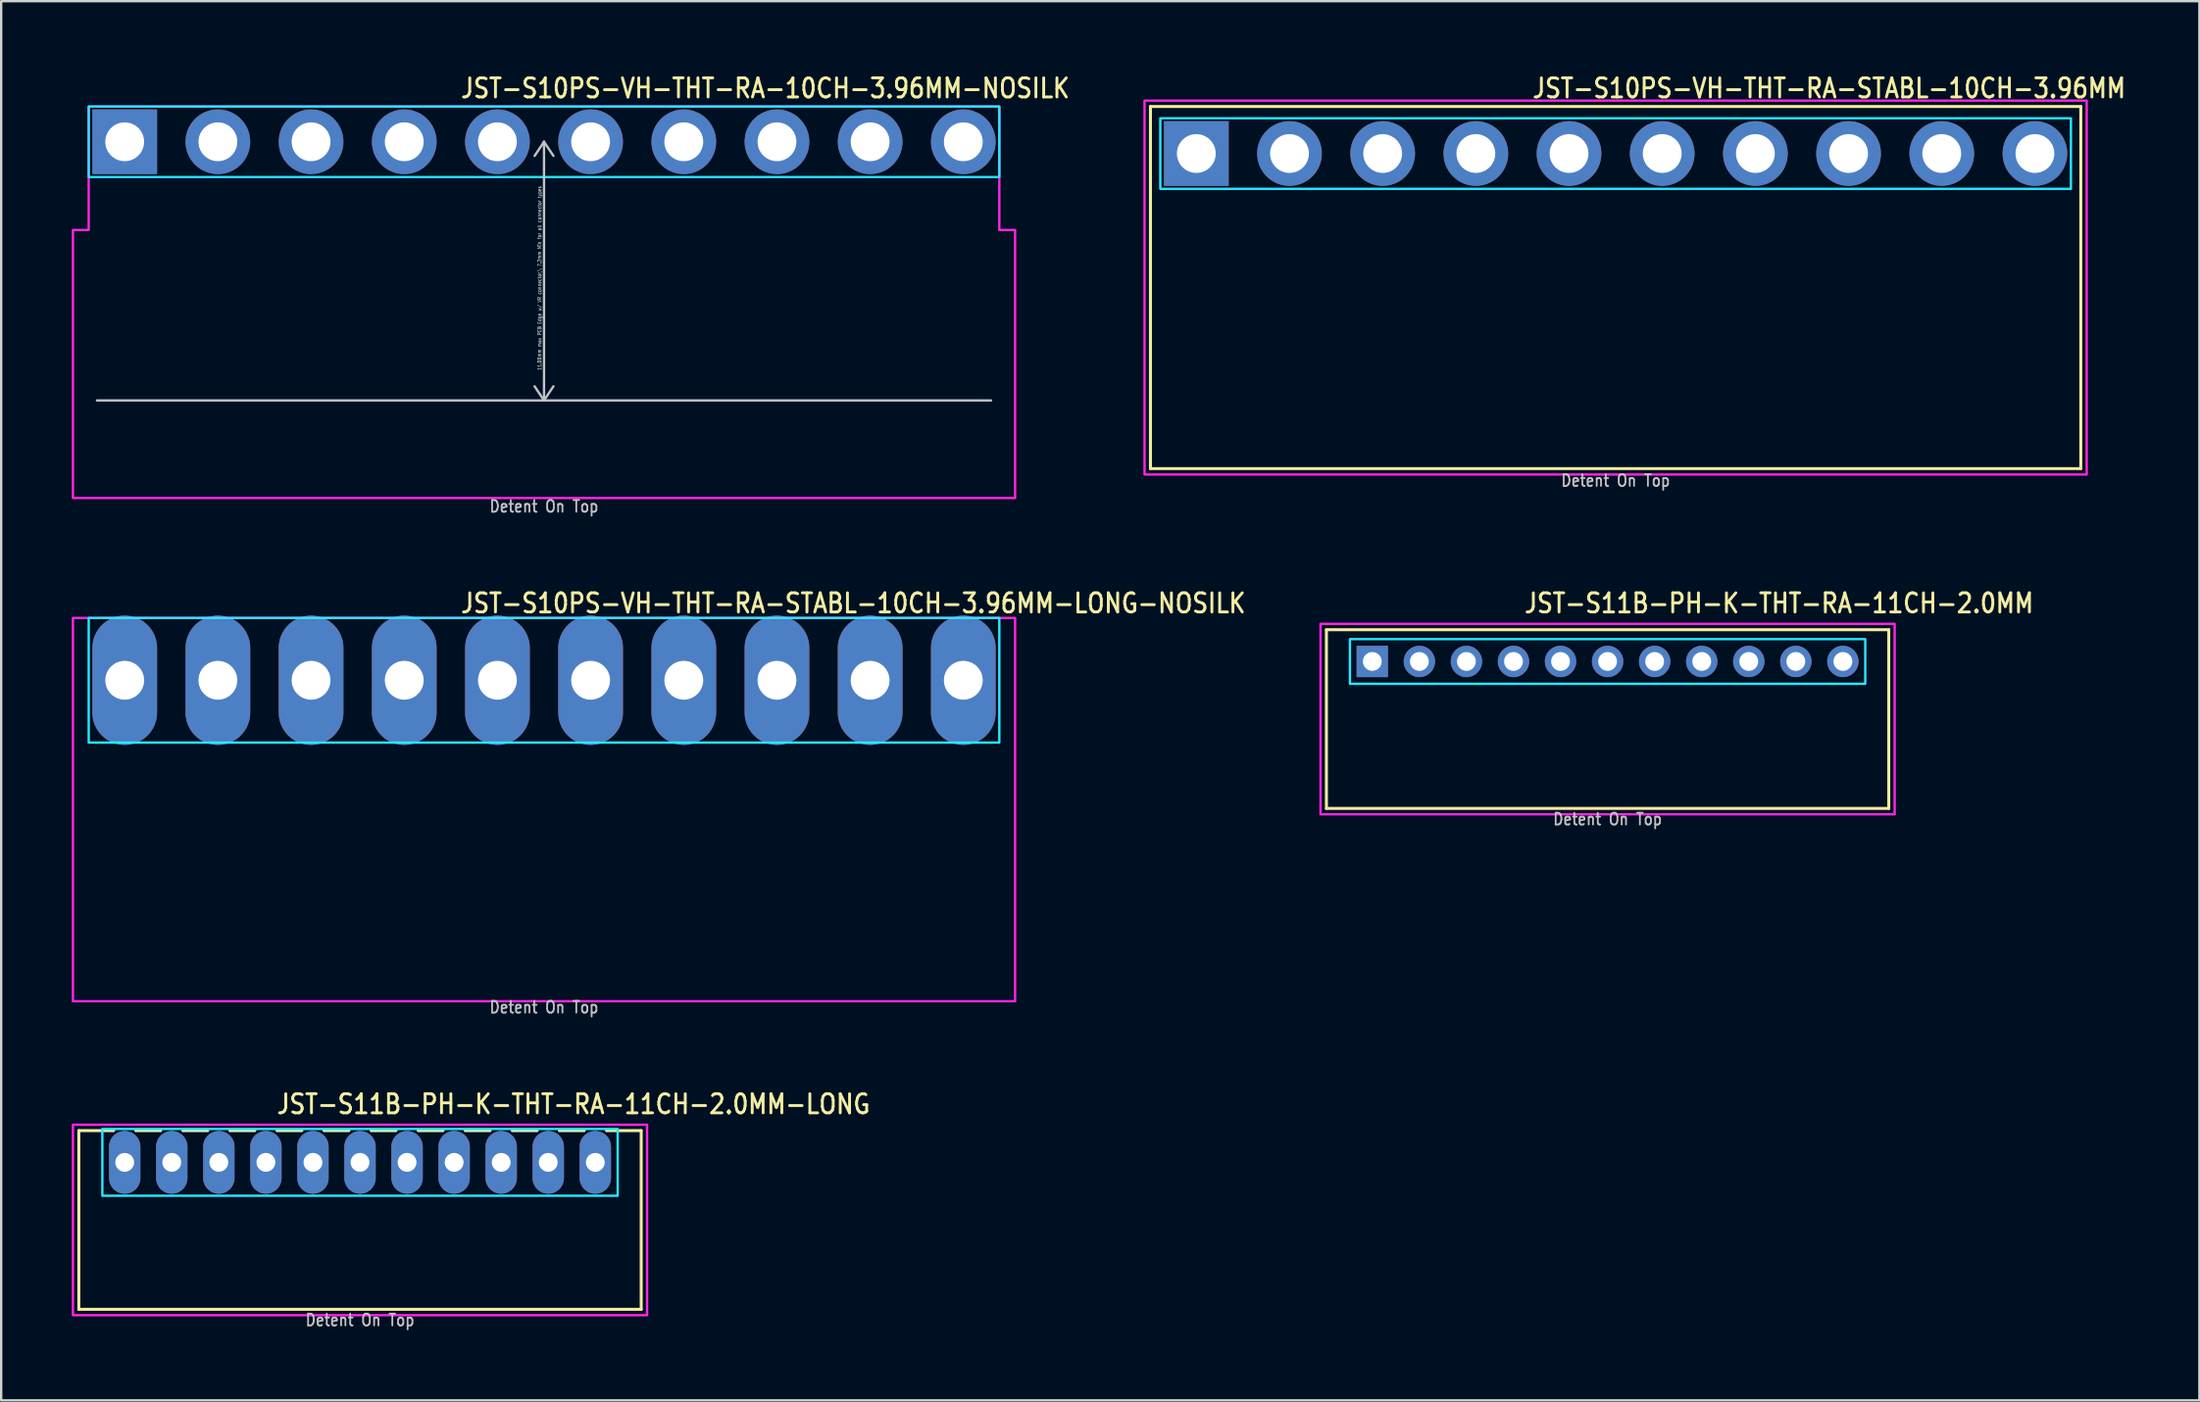
<source format=kicad_pcb>
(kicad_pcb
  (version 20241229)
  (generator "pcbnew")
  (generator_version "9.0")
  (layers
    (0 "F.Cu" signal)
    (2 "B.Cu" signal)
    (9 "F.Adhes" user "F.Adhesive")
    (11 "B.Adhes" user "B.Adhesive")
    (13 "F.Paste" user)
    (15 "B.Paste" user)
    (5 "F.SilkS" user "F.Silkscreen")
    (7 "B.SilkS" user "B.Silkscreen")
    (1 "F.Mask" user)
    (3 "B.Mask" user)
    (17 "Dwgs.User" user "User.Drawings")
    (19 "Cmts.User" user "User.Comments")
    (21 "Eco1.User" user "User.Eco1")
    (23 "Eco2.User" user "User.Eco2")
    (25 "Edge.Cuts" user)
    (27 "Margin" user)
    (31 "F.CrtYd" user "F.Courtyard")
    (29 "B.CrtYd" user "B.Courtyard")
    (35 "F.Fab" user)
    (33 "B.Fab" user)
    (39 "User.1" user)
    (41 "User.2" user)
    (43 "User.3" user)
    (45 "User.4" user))
  (footprint "JST-S10PS-VH-THT-RA-10CH-3.96MM-NOSILK"
    (layer "F.Cu")
    (at 20.07 2.979)
    (property "Reference" "JST-S10PS-VH-THT-RA-10CH-3.96MM-NOSILK" (at -3.6 -1.8 0) (unlocked yes) (layer "F.SilkS") (effects (font (size 0.813 0.695) (thickness 0.122)) (justify left bottom)))
    (fp_line (start -19 11) (end 19 11) (stroke (width 0.1) (type solid)) (layer "Dwgs.User"))
    (fp_line (start 0 0) (end -0.4 0.6) (stroke (width 0.1) (type solid)) (layer "Dwgs.User"))
    (fp_line (start 0 0) (end 0 11) (stroke (width 0.1) (type solid)) (layer "Dwgs.User"))
    (fp_line (start 0 0) (end 0.4 0.6) (stroke (width 0.1) (type solid)) (layer "Dwgs.User"))
    (fp_line (start 0 11) (end -0.4 10.4) (stroke (width 0.1) (type solid)) (layer "Dwgs.User"))
    (fp_line (start 0 11) (end 0.4 10.4) (stroke (width 0.1) (type solid)) (layer "Dwgs.User"))
    (fp_poly (pts (xy -19.35 -1.5) (xy -19.35 1.5) (xy 19.35 1.5) (xy 19.35 -1.5)) (stroke (width 0.1) (type solid)) (fill no) (layer "B.CrtYd"))
    (fp_poly (pts (xy -20.02 3.75) (xy -20.02 15.15) (xy 20.02 15.15) (xy 20.02 3.75) (xy 19.35 3.75) (xy 19.35 -1.5) (xy -19.35 -1.5) (xy -19.35 3.75)) (stroke (width 0.1) (type solid)) (fill no) (layer "F.CrtYd"))
    (fp_text user "11.00mm max PCB Edge w/ VR connector,\\ 7.2mm Min for all connector types" (at -0.1 5.8 90) (unlocked yes) (layer "Dwgs.User") (effects (font (size 0.15 0.128) (thickness 0.022)) (justify bottom)))
    (fp_text user "Detent On Top" (at 0 15.8 0) (unlocked yes) (layer "Dwgs.User") (effects (font (size 0.5 0.427) (thickness 0.075)) (justify bottom)))
    (pad "P$1" thru_hole rect (at -17.82 0) (size 2.75 2.75) (drill 1.65) (layers "*.Cu" "*.Mask"))
    (pad "P$2" thru_hole oval (at -13.86 0) (size 2.75 2.75) (drill 1.65) (layers "*.Cu" "*.Mask"))
    (pad "P$3" thru_hole oval (at -9.9 0) (size 2.75 2.75) (drill 1.65) (layers "*.Cu" "*.Mask"))
    (pad "P$4" thru_hole oval (at -5.94 0) (size 2.75 2.75) (drill 1.65) (layers "*.Cu" "*.Mask"))
    (pad "P$5" thru_hole oval (at -1.98 0) (size 2.75 2.75) (drill 1.65) (layers "*.Cu" "*.Mask"))
    (pad "P$6" thru_hole oval (at 1.98 0) (size 2.75 2.75) (drill 1.65) (layers "*.Cu" "*.Mask"))
    (pad "P$7" thru_hole oval (at 5.94 0) (size 2.75 2.75) (drill 1.65) (layers "*.Cu" "*.Mask"))
    (pad "P$8" thru_hole oval (at 9.9 0) (size 2.75 2.75) (drill 1.65) (layers "*.Cu" "*.Mask"))
    (pad "P$9" thru_hole oval (at 13.86 0) (size 2.75 2.75) (drill 1.65) (layers "*.Cu" "*.Mask"))
    (pad "P$10" thru_hole oval (at 17.82 0) (size 2.75 2.75) (drill 1.65) (layers "*.Cu" "*.Mask")))
  (footprint "JST-S11B-PH-K-THT-RA-11CH-2.0MM-LONG"
    (layer "F.Cu")
    (at 12.25 46.382)
    (property "Reference" "JST-S11B-PH-K-THT-RA-11CH-2.0MM-LONG" (at -3.6 -2 0) (unlocked yes) (layer "F.SilkS") (effects (font (size 0.813 0.695) (thickness 0.122)) (justify left bottom)))
    (fp_line (start -11.95 -1.35) (end -10.471 -1.35) (stroke (width 0.127) (type solid)) (layer "F.SilkS"))
    (fp_line (start -11.95 6.25) (end -11.95 -1.35) (stroke (width 0.127) (type solid)) (layer "F.SilkS"))
    (fp_line (start -11.95 6.25) (end 11.95 6.25) (stroke (width 0.127) (type solid)) (layer "F.SilkS"))
    (fp_line (start -9.529 -1.35) (end -8.471 -1.35) (stroke (width 0.127) (type solid)) (layer "F.SilkS"))
    (fp_line (start -7.529 -1.35) (end -6.471 -1.35) (stroke (width 0.127) (type solid)) (layer "F.SilkS"))
    (fp_line (start -5.529 -1.35) (end -4.471 -1.35) (stroke (width 0.127) (type solid)) (layer "F.SilkS"))
    (fp_line (start -3.529 -1.35) (end -2.471 -1.35) (stroke (width 0.127) (type solid)) (layer "F.SilkS"))
    (fp_line (start -1.529 -1.35) (end -0.471 -1.35) (stroke (width 0.127) (type solid)) (layer "F.SilkS"))
    (fp_line (start 0.471 -1.35) (end 1.529 -1.35) (stroke (width 0.127) (type solid)) (layer "F.SilkS"))
    (fp_line (start 2.471 -1.35) (end 3.529 -1.35) (stroke (width 0.127) (type solid)) (layer "F.SilkS"))
    (fp_line (start 4.471 -1.35) (end 5.529 -1.35) (stroke (width 0.127) (type solid)) (layer "F.SilkS"))
    (fp_line (start 6.471 -1.35) (end 7.529 -1.35) (stroke (width 0.127) (type solid)) (layer "F.SilkS"))
    (fp_line (start 8.471 -1.35) (end 9.529 -1.35) (stroke (width 0.127) (type solid)) (layer "F.SilkS"))
    (fp_line (start 10.471 -1.35) (end 11.95 -1.35) (stroke (width 0.127) (type solid)) (layer "F.SilkS"))
    (fp_line (start 11.95 -1.35) (end 11.95 6.25) (stroke (width 0.127) (type solid)) (layer "F.SilkS"))
    (fp_poly (pts (xy -10.95 -1.42) (xy -10.95 1.42) (xy 10.95 1.42) (xy 10.95 -1.42)) (stroke (width 0.1) (type solid)) (fill no) (layer "B.CrtYd"))
    (fp_poly (pts (xy -12.2 -1.6) (xy -12.2 6.5) (xy 12.2 6.5) (xy 12.2 -1.6)) (stroke (width 0.1) (type solid)) (fill no) (layer "F.CrtYd"))
    (fp_text user "Detent On Top" (at 0 7 0) (unlocked yes) (layer "Dwgs.User") (effects (font (size 0.5 0.427) (thickness 0.075)) (justify bottom)))
    (pad "P$1" thru_hole oval (at -10 0 90) (size 2.667 1.333) (drill 0.8) (layers "*.Cu" "*.Mask"))
    (pad "P$2" thru_hole oval (at -8 0 90) (size 2.667 1.333) (drill 0.8) (layers "*.Cu" "*.Mask"))
    (pad "P$3" thru_hole oval (at -6 0 90) (size 2.667 1.333) (drill 0.8) (layers "*.Cu" "*.Mask"))
    (pad "P$4" thru_hole oval (at -4 0 90) (size 2.667 1.333) (drill 0.8) (layers "*.Cu" "*.Mask"))
    (pad "P$5" thru_hole oval (at -2 0 90) (size 2.667 1.333) (drill 0.8) (layers "*.Cu" "*.Mask"))
    (pad "P$6" thru_hole oval (at 0 0 90) (size 2.667 1.333) (drill 0.8) (layers "*.Cu" "*.Mask"))
    (pad "P$7" thru_hole oval (at 2 0 90) (size 2.667 1.333) (drill 0.8) (layers "*.Cu" "*.Mask"))
    (pad "P$8" thru_hole oval (at 4 0 90) (size 2.667 1.333) (drill 0.8) (layers "*.Cu" "*.Mask"))
    (pad "P$9" thru_hole oval (at 6 0 90) (size 2.667 1.333) (drill 0.8) (layers "*.Cu" "*.Mask"))
    (pad "P$10" thru_hole oval (at 8 0 90) (size 2.667 1.333) (drill 0.8) (layers "*.Cu" "*.Mask"))
    (pad "P$11" thru_hole oval (at 10 0 90) (size 2.667 1.333) (drill 0.8) (layers "*.Cu" "*.Mask")))
  (footprint "JST-S10PS-VH-THT-RA-STABL-10CH-3.96MM-LONG-NOSILK"
    (layer "F.Cu")
    (at 20.07 25.88)
    (property "Reference" "JST-S10PS-VH-THT-RA-STABL-10CH-3.96MM-LONG-NOSILK" (at -3.6 -2.8 0) (unlocked yes) (layer "F.SilkS") (effects (font (size 0.813 0.695) (thickness 0.122)) (justify left bottom)))
    (fp_poly (pts (xy -19.35 -2.65) (xy -19.35 2.65) (xy 19.35 2.65) (xy 19.35 -2.65)) (stroke (width 0.1) (type solid)) (fill no) (layer "B.CrtYd"))
    (fp_poly (pts (xy -20.02 -2.65) (xy -20.02 13.65) (xy 20.02 13.65) (xy 20.02 -2.65)) (stroke (width 0.1) (type solid)) (fill no) (layer "F.CrtYd"))
    (fp_text user "Detent On Top" (at 0 14.2 0) (unlocked yes) (layer "Dwgs.User") (effects (font (size 0.5 0.427) (thickness 0.075)) (justify bottom)))
    (pad "P$1" thru_hole oval (at -17.82 0 90) (size 5.5 2.75) (drill 1.65) (layers "*.Cu" "*.Mask"))
    (pad "P$2" thru_hole oval (at -13.86 0 90) (size 5.5 2.75) (drill 1.65) (layers "*.Cu" "*.Mask"))
    (pad "P$3" thru_hole oval (at -9.9 0 90) (size 5.5 2.75) (drill 1.65) (layers "*.Cu" "*.Mask"))
    (pad "P$4" thru_hole oval (at -5.94 0 90) (size 5.5 2.75) (drill 1.65) (layers "*.Cu" "*.Mask"))
    (pad "P$5" thru_hole oval (at -1.98 0 90) (size 5.5 2.75) (drill 1.65) (layers "*.Cu" "*.Mask"))
    (pad "P$6" thru_hole oval (at 1.98 0 90) (size 5.5 2.75) (drill 1.65) (layers "*.Cu" "*.Mask"))
    (pad "P$7" thru_hole oval (at 5.94 0 90) (size 5.5 2.75) (drill 1.65) (layers "*.Cu" "*.Mask"))
    (pad "P$8" thru_hole oval (at 9.9 0 90) (size 5.5 2.75) (drill 1.65) (layers "*.Cu" "*.Mask"))
    (pad "P$9" thru_hole oval (at 13.86 0 90) (size 5.5 2.75) (drill 1.65) (layers "*.Cu" "*.Mask"))
    (pad "P$10" thru_hole oval (at 17.82 0 90) (size 5.5 2.75) (drill 1.65) (layers "*.Cu" "*.Mask")))
  (footprint "JST-S10PS-VH-THT-RA-STABL-10CH-3.96MM"
    (layer "F.Cu")
    (at 65.612 3.479)
    (property "Reference" "JST-S10PS-VH-THT-RA-STABL-10CH-3.96MM" (at -3.6 -2.3 0) (unlocked yes) (layer "F.SilkS") (effects (font (size 0.813 0.695) (thickness 0.122)) (justify left bottom)))
    (fp_line (start -19.77 -2) (end 19.77 -2) (stroke (width 0.127) (type solid)) (layer "F.SilkS"))
    (fp_line (start -19.77 13.4) (end -19.77 -2) (stroke (width 0.127) (type solid)) (layer "F.SilkS"))
    (fp_line (start -19.77 13.4) (end 19.77 13.4) (stroke (width 0.127) (type solid)) (layer "F.SilkS"))
    (fp_line (start 19.77 -2) (end 19.77 13.4) (stroke (width 0.127) (type solid)) (layer "F.SilkS"))
    (fp_poly (pts (xy -19.35 -1.5) (xy -19.35 1.5) (xy 19.35 1.5) (xy 19.35 -1.5)) (stroke (width 0.1) (type solid)) (fill no) (layer "B.CrtYd"))
    (fp_poly (pts (xy -20.02 13.65) (xy 20.02 13.65) (xy 20.02 -2.25) (xy -20.02 -2.25)) (stroke (width 0.1) (type solid)) (fill no) (layer "F.CrtYd"))
    (fp_text user "Detent On Top" (at 0 14.2 0) (unlocked yes) (layer "Dwgs.User") (effects (font (size 0.5 0.427) (thickness 0.075)) (justify bottom)))
    (pad "P$1" thru_hole rect (at -17.82 0) (size 2.75 2.75) (drill 1.65) (layers "*.Cu" "*.Mask"))
    (pad "P$2" thru_hole oval (at -13.86 0) (size 2.75 2.75) (drill 1.65) (layers "*.Cu" "*.Mask"))
    (pad "P$3" thru_hole oval (at -9.9 0) (size 2.75 2.75) (drill 1.65) (layers "*.Cu" "*.Mask"))
    (pad "P$4" thru_hole oval (at -5.94 0) (size 2.75 2.75) (drill 1.65) (layers "*.Cu" "*.Mask"))
    (pad "P$5" thru_hole oval (at -1.98 0) (size 2.75 2.75) (drill 1.65) (layers "*.Cu" "*.Mask"))
    (pad "P$6" thru_hole oval (at 1.98 0) (size 2.75 2.75) (drill 1.65) (layers "*.Cu" "*.Mask"))
    (pad "P$7" thru_hole oval (at 5.94 0) (size 2.75 2.75) (drill 1.65) (layers "*.Cu" "*.Mask"))
    (pad "P$8" thru_hole oval (at 9.9 0) (size 2.75 2.75) (drill 1.65) (layers "*.Cu" "*.Mask"))
    (pad "P$9" thru_hole oval (at 13.86 0) (size 2.75 2.75) (drill 1.65) (layers "*.Cu" "*.Mask"))
    (pad "P$10" thru_hole oval (at 17.82 0) (size 2.75 2.75) (drill 1.65) (layers "*.Cu" "*.Mask")))
  (footprint "JST-S11B-PH-K-THT-RA-11CH-2.0MM"
    (layer "F.Cu")
    (at 65.271 25.08)
    (property "Reference" "JST-S11B-PH-K-THT-RA-11CH-2.0MM" (at -3.6 -2 0) (unlocked yes) (layer "F.SilkS") (effects (font (size 0.813 0.695) (thickness 0.122)) (justify left bottom)))
    (fp_line (start -11.95 -1.35) (end 11.95 -1.35) (stroke (width 0.127) (type solid)) (layer "F.SilkS"))
    (fp_line (start -11.95 6.25) (end -11.95 -1.35) (stroke (width 0.127) (type solid)) (layer "F.SilkS"))
    (fp_line (start -11.95 6.25) (end 11.95 6.25) (stroke (width 0.127) (type solid)) (layer "F.SilkS"))
    (fp_line (start 11.95 -1.35) (end 11.95 6.25) (stroke (width 0.127) (type solid)) (layer "F.SilkS"))
    (fp_poly (pts (xy -10.95 -0.95) (xy -10.95 0.95) (xy 10.95 0.95) (xy 10.95 -0.95)) (stroke (width 0.1) (type solid)) (fill no) (layer "B.CrtYd"))
    (fp_poly (pts (xy -12.2 -1.6) (xy -12.2 6.5) (xy 12.2 6.5) (xy 12.2 -1.6)) (stroke (width 0.1) (type solid)) (fill no) (layer "F.CrtYd"))
    (fp_text user "Detent On Top" (at 0 7 0) (unlocked yes) (layer "Dwgs.User") (effects (font (size 0.5 0.427) (thickness 0.075)) (justify bottom)))
    (pad "P$1" thru_hole rect (at -10 0) (size 1.333 1.333) (drill 0.8) (layers "*.Cu" "*.Mask"))
    (pad "P$2" thru_hole oval (at -8 0) (size 1.333 1.333) (drill 0.8) (layers "*.Cu" "*.Mask"))
    (pad "P$3" thru_hole oval (at -6 0) (size 1.333 1.333) (drill 0.8) (layers "*.Cu" "*.Mask"))
    (pad "P$4" thru_hole oval (at -4 0) (size 1.333 1.333) (drill 0.8) (layers "*.Cu" "*.Mask"))
    (pad "P$5" thru_hole oval (at -2 0) (size 1.333 1.333) (drill 0.8) (layers "*.Cu" "*.Mask"))
    (pad "P$6" thru_hole oval (at 0 0) (size 1.333 1.333) (drill 0.8) (layers "*.Cu" "*.Mask"))
    (pad "P$7" thru_hole oval (at 2 0) (size 1.333 1.333) (drill 0.8) (layers "*.Cu" "*.Mask"))
    (pad "P$8" thru_hole oval (at 4 0) (size 1.333 1.333) (drill 0.8) (layers "*.Cu" "*.Mask"))
    (pad "P$9" thru_hole oval (at 6 0) (size 1.333 1.333) (drill 0.8) (layers "*.Cu" "*.Mask"))
    (pad "P$10" thru_hole oval (at 8 0) (size 1.333 1.333) (drill 0.8) (layers "*.Cu" "*.Mask"))
    (pad "P$11" thru_hole oval (at 10 0) (size 1.333 1.333) (drill 0.8) (layers "*.Cu" "*.Mask")))
  (gr_rect
    (start -3 -3)
    (end 90.422 56.505)
    (stroke (width 0.1) (type default))
    (fill no)
    (layer "Edge.Cuts")))
</source>
